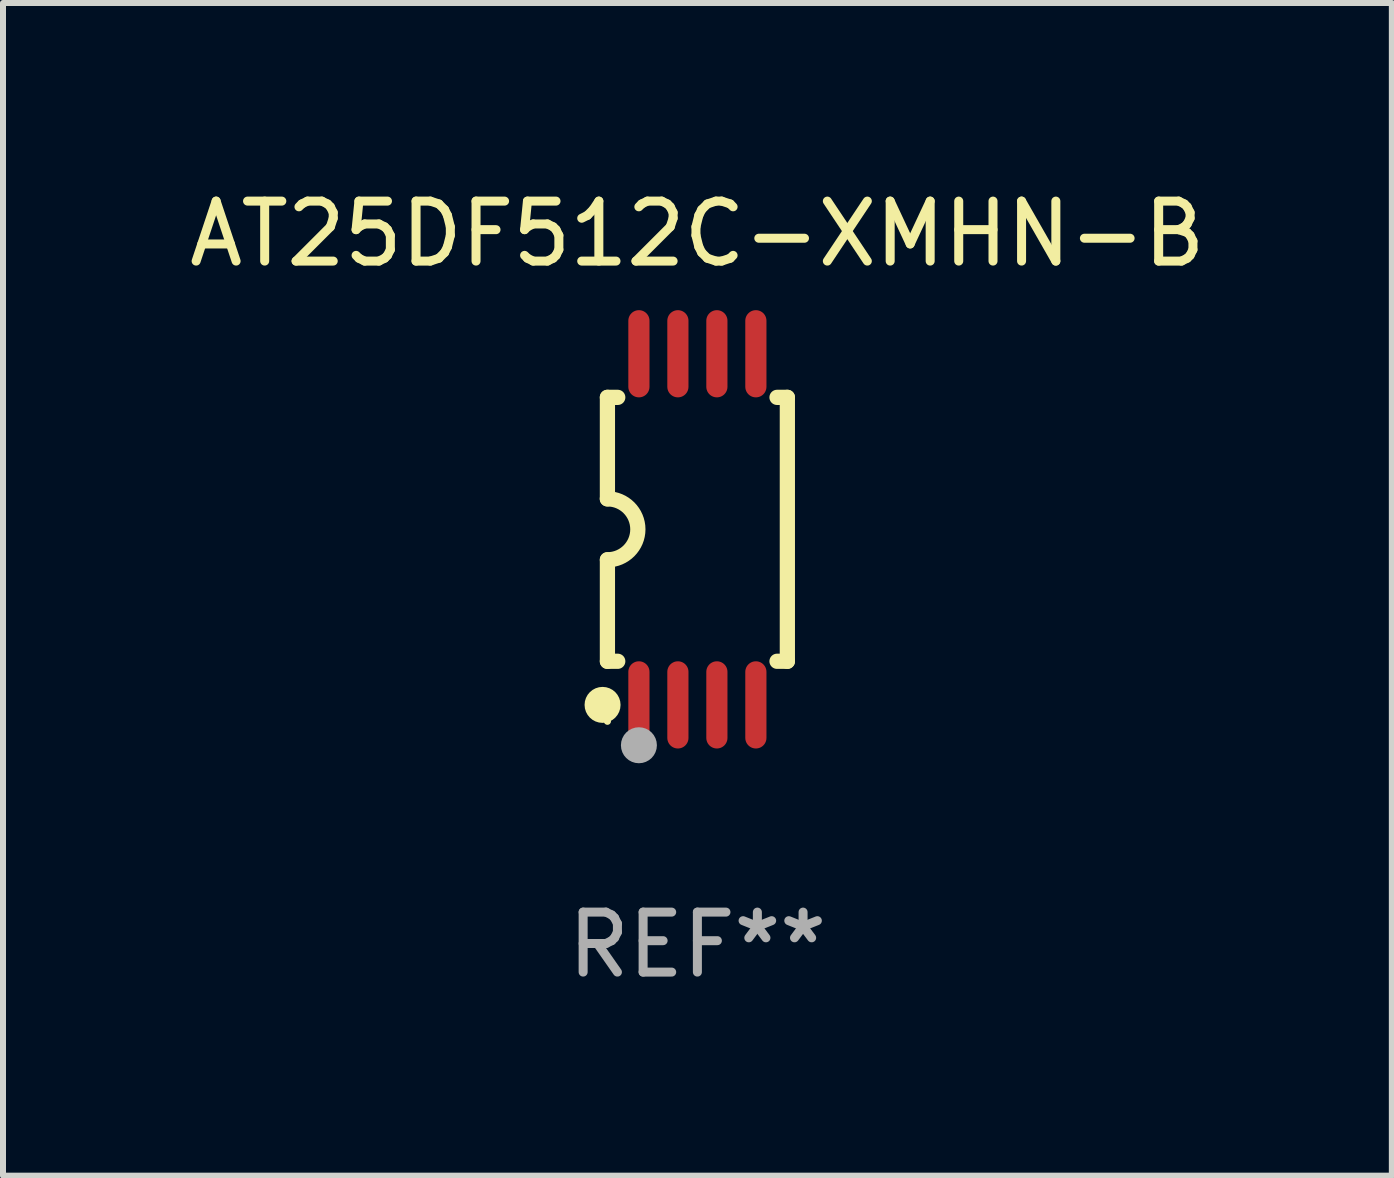
<source format=kicad_pcb>
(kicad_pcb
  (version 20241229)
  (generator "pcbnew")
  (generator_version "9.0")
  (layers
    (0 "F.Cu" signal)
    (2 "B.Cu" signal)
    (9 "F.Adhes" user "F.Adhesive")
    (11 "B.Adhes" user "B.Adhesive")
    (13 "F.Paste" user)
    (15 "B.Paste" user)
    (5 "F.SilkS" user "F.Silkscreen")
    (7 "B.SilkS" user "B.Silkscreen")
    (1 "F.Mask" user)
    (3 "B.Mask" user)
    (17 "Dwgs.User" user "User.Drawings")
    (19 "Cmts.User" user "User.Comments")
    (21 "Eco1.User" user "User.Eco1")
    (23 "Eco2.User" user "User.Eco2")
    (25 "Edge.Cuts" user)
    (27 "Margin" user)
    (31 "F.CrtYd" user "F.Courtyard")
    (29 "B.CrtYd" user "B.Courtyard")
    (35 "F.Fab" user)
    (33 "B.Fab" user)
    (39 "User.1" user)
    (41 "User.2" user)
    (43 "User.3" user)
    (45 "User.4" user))
  (footprint "AT25DF512C-XMHN-B"
    (layer "F.Cu")
    (at 8.577 5.775)
    (property "Reference" "AT25DF512C-XMHN-B" (at 0 -4.927 0) (layer "F.SilkS") (effects (font (size 1 1) (thickness 0.15))))
    (attr through_hole)
    (fp_line (start -1.5 -2.2) (end -1.5 -0.508) (stroke (width 0.254) (type solid)) (layer "F.SilkS"))
    (fp_line (start -1.5 -2.2) (end -1.328 -2.2) (stroke (width 0.254) (type solid)) (layer "F.SilkS"))
    (fp_line (start -1.5 2.2) (end -1.5 0.508) (stroke (width 0.254) (type solid)) (layer "F.SilkS"))
    (fp_line (start -1.5 2.2) (end -1.328 2.2) (stroke (width 0.254) (type solid)) (layer "F.SilkS"))
    (fp_line (start 1.328 -2.2) (end 1.5 -2.2) (stroke (width 0.254) (type solid)) (layer "F.SilkS"))
    (fp_line (start 1.328 2.2) (end 1.5 2.2) (stroke (width 0.254) (type solid)) (layer "F.SilkS"))
    (fp_line (start 1.5 -2.2) (end 1.5 2.2) (stroke (width 0.254) (type solid)) (layer "F.SilkS"))
    (fp_arc (start -1.501144 -0.508) (mid -0.993143 -0.000571) (end -1.5 0.508001) (stroke (width 0.254001) (type solid)) (layer "F.SilkS"))
    (fp_circle (center -1.581 2.927) (end -1.431 2.927) (stroke (width 0.3) (type solid)) (fill no) (layer "F.SilkS"))
    (fp_circle (center -1.5 3.2) (end -1.47 3.2) (stroke (width 0.06) (type solid)) (fill no) (layer "F.SilkS"))
    (fp_circle (center -0.975 3.6) (end -0.825 3.6) (stroke (width 0.3) (type solid)) (fill no) (layer "F.Fab"))
    (fp_text user "REF**" (at 0 6.927 0) (layer "F.Fab") (effects (font (size 1 1) (thickness 0.15))))
    (pad "1" smd oval (at -0.975 2.927) (size 0.353 1.454) (layers "F.Cu" "F.Mask" "F.Paste"))
    (pad "2" smd oval (at -0.325 2.927) (size 0.353 1.454) (layers "F.Cu" "F.Mask" "F.Paste"))
    (pad "3" smd oval (at 0.325 2.927) (size 0.353 1.454) (layers "F.Cu" "F.Mask" "F.Paste"))
    (pad "4" smd oval (at 0.975 2.927) (size 0.353 1.454) (layers "F.Cu" "F.Mask" "F.Paste"))
    (pad "5" smd oval (at 0.975 -2.927) (size 0.353 1.454) (layers "F.Cu" "F.Mask" "F.Paste"))
    (pad "6" smd oval (at 0.325 -2.927) (size 0.353 1.454) (layers "F.Cu" "F.Mask" "F.Paste"))
    (pad "7" smd oval (at -0.325 -2.927) (size 0.353 1.454) (layers "F.Cu" "F.Mask" "F.Paste"))
    (pad "8" smd oval (at -0.975 -2.927) (size 0.353 1.454) (layers "F.Cu" "F.Mask" "F.Paste")))
  (gr_rect
    (start -3 -3)
    (end 20.155 16.551)
    (stroke (width 0.1) (type default))
    (fill no)
    (layer "Edge.Cuts")))
</source>
